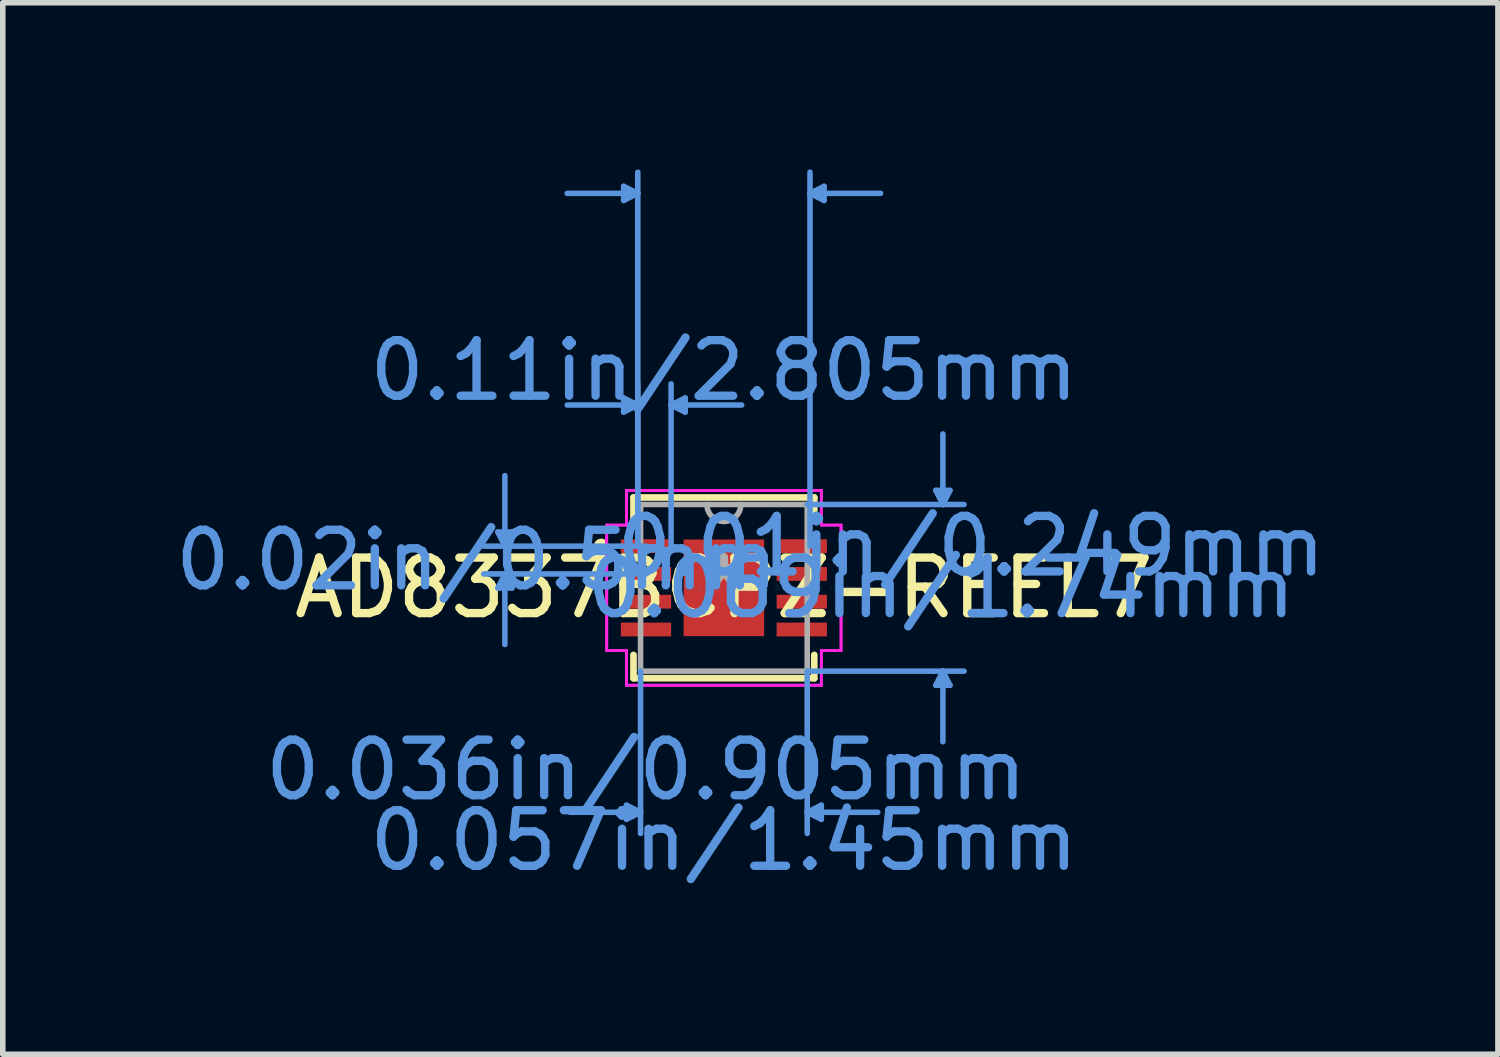
<source format=kicad_pcb>
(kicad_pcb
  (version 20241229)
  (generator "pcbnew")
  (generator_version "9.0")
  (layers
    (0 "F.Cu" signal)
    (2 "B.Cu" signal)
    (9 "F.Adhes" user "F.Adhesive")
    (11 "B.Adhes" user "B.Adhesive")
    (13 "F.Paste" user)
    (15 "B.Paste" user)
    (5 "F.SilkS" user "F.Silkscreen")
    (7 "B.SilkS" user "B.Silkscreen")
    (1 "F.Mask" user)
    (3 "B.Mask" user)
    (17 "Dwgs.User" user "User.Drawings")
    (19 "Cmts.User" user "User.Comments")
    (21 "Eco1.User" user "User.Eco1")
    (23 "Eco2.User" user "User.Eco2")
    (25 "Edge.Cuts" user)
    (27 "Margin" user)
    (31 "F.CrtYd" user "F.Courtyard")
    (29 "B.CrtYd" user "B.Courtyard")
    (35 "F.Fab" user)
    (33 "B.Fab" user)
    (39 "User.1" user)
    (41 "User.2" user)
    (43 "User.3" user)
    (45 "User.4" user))
  (footprint "AD8337BCPZ-REEL7"
    (layer "F.Cu")
    (at 9.98 7.531)
    (property "Reference" "AD8337BCPZ-REEL7" (at 0 0 0) (layer "F.SilkS") (effects (font (size 1 1) (thickness 0.15))))
    (attr through_hole)
    (fp_line (start -1.627 -1.627) (end -1.627 -1.207) (stroke (width 0.12) (type solid)) (layer "F.SilkS"))
    (fp_line (start -1.627 1.207) (end -1.627 1.627) (stroke (width 0.12) (type solid)) (layer "F.SilkS"))
    (fp_line (start -1.627 1.627) (end 1.627 1.627) (stroke (width 0.12) (type solid)) (layer "F.SilkS"))
    (fp_line (start 1.627 -1.627) (end -1.627 -1.627) (stroke (width 0.12) (type solid)) (layer "F.SilkS"))
    (fp_line (start 1.627 -1.207) (end 1.627 -1.627) (stroke (width 0.12) (type solid)) (layer "F.SilkS"))
    (fp_line (start 1.627 1.627) (end 1.627 1.207) (stroke (width 0.12) (type solid)) (layer "F.SilkS"))
    (fp_arc (start -2.18754 -0.676171) (mid -2.2826 -0.75) (end -2.18754 -0.823829) (stroke (width 0.12) (type solid)) (layer "F.SilkS"))
    (fp_line (start -4.069 -1.004) (end -3.815 -1.004) (stroke (width 0.1) (type solid)) (layer "Cmts.User"))
    (fp_line (start -4.069 0.004) (end -3.815 0.004) (stroke (width 0.1) (type solid)) (layer "Cmts.User"))
    (fp_line (start -3.942 -0.75) (end -4.069 -1.004) (stroke (width 0.1) (type solid)) (layer "Cmts.User"))
    (fp_line (start -3.942 -0.75) (end -3.942 -2.02) (stroke (width 0.1) (type solid)) (layer "Cmts.User"))
    (fp_line (start -3.942 -0.75) (end -3.815 -1.004) (stroke (width 0.1) (type solid)) (layer "Cmts.User"))
    (fp_line (start -3.942 -0.25) (end -4.069 0.004) (stroke (width 0.1) (type solid)) (layer "Cmts.User"))
    (fp_line (start -3.942 -0.25) (end -3.942 1.02) (stroke (width 0.1) (type solid)) (layer "Cmts.User"))
    (fp_line (start -3.942 -0.25) (end -3.815 0.004) (stroke (width 0.1) (type solid)) (layer "Cmts.User"))
    (fp_line (start -1.804 -7.227) (end -1.804 -6.973) (stroke (width 0.1) (type solid)) (layer "Cmts.User"))
    (fp_line (start -1.804 -3.417) (end -1.804 -3.163) (stroke (width 0.1) (type solid)) (layer "Cmts.User"))
    (fp_line (start -1.754 3.913) (end -1.754 4.167) (stroke (width 0.1) (type solid)) (layer "Cmts.User"))
    (fp_line (start -1.55 -7.1) (end -2.82 -7.1) (stroke (width 0.1) (type solid)) (layer "Cmts.User"))
    (fp_line (start -1.55 -7.1) (end -1.804 -7.227) (stroke (width 0.1) (type solid)) (layer "Cmts.User"))
    (fp_line (start -1.55 -7.1) (end -1.804 -6.973) (stroke (width 0.1) (type solid)) (layer "Cmts.User"))
    (fp_line (start -1.55 -3.29) (end -2.82 -3.29) (stroke (width 0.1) (type solid)) (layer "Cmts.User"))
    (fp_line (start -1.55 -3.29) (end -1.804 -3.417) (stroke (width 0.1) (type solid)) (layer "Cmts.User"))
    (fp_line (start -1.55 -3.29) (end -1.804 -3.163) (stroke (width 0.1) (type solid)) (layer "Cmts.User"))
    (fp_line (start -1.55 -0.75) (end -1.55 -7.481) (stroke (width 0.1) (type solid)) (layer "Cmts.User"))
    (fp_line (start -1.55 -0.75) (end -1.55 -3.671) (stroke (width 0.1) (type solid)) (layer "Cmts.User"))
    (fp_line (start -1.5 1.5) (end -1.5 4.421) (stroke (width 0.1) (type solid)) (layer "Cmts.User"))
    (fp_line (start -1.5 4.04) (end -2.77 4.04) (stroke (width 0.1) (type solid)) (layer "Cmts.User"))
    (fp_line (start -1.5 4.04) (end -1.754 3.913) (stroke (width 0.1) (type solid)) (layer "Cmts.User"))
    (fp_line (start -1.5 4.04) (end -1.754 4.167) (stroke (width 0.1) (type solid)) (layer "Cmts.User"))
    (fp_line (start -1.402 -0.75) (end -4.323 -0.75) (stroke (width 0.1) (type solid)) (layer "Cmts.User"))
    (fp_line (start -1.402 -0.25) (end -4.323 -0.25) (stroke (width 0.1) (type solid)) (layer "Cmts.User"))
    (fp_line (start -0.95 -3.29) (end -0.696 -3.417) (stroke (width 0.1) (type solid)) (layer "Cmts.User"))
    (fp_line (start -0.95 -3.29) (end -0.696 -3.163) (stroke (width 0.1) (type solid)) (layer "Cmts.User"))
    (fp_line (start -0.95 -3.29) (end 0.32 -3.29) (stroke (width 0.1) (type solid)) (layer "Cmts.User"))
    (fp_line (start -0.95 -0.75) (end -0.95 -3.671) (stroke (width 0.1) (type solid)) (layer "Cmts.User"))
    (fp_line (start -0.696 -3.417) (end -0.696 -3.163) (stroke (width 0.1) (type solid)) (layer "Cmts.User"))
    (fp_line (start 1.5 -1.5) (end 4.323 -1.5) (stroke (width 0.1) (type solid)) (layer "Cmts.User"))
    (fp_line (start 1.5 1.5) (end 1.5 4.421) (stroke (width 0.1) (type solid)) (layer "Cmts.User"))
    (fp_line (start 1.5 1.5) (end 4.323 1.5) (stroke (width 0.1) (type solid)) (layer "Cmts.User"))
    (fp_line (start 1.5 4.04) (end 1.754 3.913) (stroke (width 0.1) (type solid)) (layer "Cmts.User"))
    (fp_line (start 1.5 4.04) (end 1.754 4.167) (stroke (width 0.1) (type solid)) (layer "Cmts.User"))
    (fp_line (start 1.5 4.04) (end 2.77 4.04) (stroke (width 0.1) (type solid)) (layer "Cmts.User"))
    (fp_line (start 1.55 -7.1) (end 1.804 -7.227) (stroke (width 0.1) (type solid)) (layer "Cmts.User"))
    (fp_line (start 1.55 -7.1) (end 1.804 -6.973) (stroke (width 0.1) (type solid)) (layer "Cmts.User"))
    (fp_line (start 1.55 -7.1) (end 2.82 -7.1) (stroke (width 0.1) (type solid)) (layer "Cmts.User"))
    (fp_line (start 1.55 -0.75) (end 1.55 -7.481) (stroke (width 0.1) (type solid)) (layer "Cmts.User"))
    (fp_line (start 1.754 3.913) (end 1.754 4.167) (stroke (width 0.1) (type solid)) (layer "Cmts.User"))
    (fp_line (start 1.804 -7.227) (end 1.804 -6.973) (stroke (width 0.1) (type solid)) (layer "Cmts.User"))
    (fp_line (start 3.815 -1.754) (end 4.069 -1.754) (stroke (width 0.1) (type solid)) (layer "Cmts.User"))
    (fp_line (start 3.815 1.754) (end 4.069 1.754) (stroke (width 0.1) (type solid)) (layer "Cmts.User"))
    (fp_line (start 3.942 -1.5) (end 3.815 -1.754) (stroke (width 0.1) (type solid)) (layer "Cmts.User"))
    (fp_line (start 3.942 -1.5) (end 3.942 -2.77) (stroke (width 0.1) (type solid)) (layer "Cmts.User"))
    (fp_line (start 3.942 -1.5) (end 4.069 -1.754) (stroke (width 0.1) (type solid)) (layer "Cmts.User"))
    (fp_line (start 3.942 1.5) (end 3.815 1.754) (stroke (width 0.1) (type solid)) (layer "Cmts.User"))
    (fp_line (start 3.942 1.5) (end 3.942 2.77) (stroke (width 0.1) (type solid)) (layer "Cmts.User"))
    (fp_line (start 3.942 1.5) (end 4.069 1.754) (stroke (width 0.1) (type solid)) (layer "Cmts.User"))
    (fp_line (start -2.109 -1.129) (end -1.754 -1.129) (stroke (width 0.05) (type solid)) (layer "F.CrtYd"))
    (fp_line (start -2.109 -1.129) (end -1.754 -1.129) (stroke (width 0.05) (type solid)) (layer "F.CrtYd"))
    (fp_line (start -2.109 1.129) (end -2.109 -1.129) (stroke (width 0.05) (type solid)) (layer "F.CrtYd"))
    (fp_line (start -2.109 1.129) (end -2.109 -1.129) (stroke (width 0.05) (type solid)) (layer "F.CrtYd"))
    (fp_line (start -2.109 1.129) (end -1.754 1.129) (stroke (width 0.05) (type solid)) (layer "F.CrtYd"))
    (fp_line (start -1.754 -1.754) (end 1.754 -1.754) (stroke (width 0.05) (type solid)) (layer "F.CrtYd"))
    (fp_line (start -1.754 -1.754) (end 1.754 -1.754) (stroke (width 0.05) (type solid)) (layer "F.CrtYd"))
    (fp_line (start -1.754 -1.129) (end -1.754 -1.754) (stroke (width 0.05) (type solid)) (layer "F.CrtYd"))
    (fp_line (start -1.754 -1.129) (end -1.754 -1.754) (stroke (width 0.05) (type solid)) (layer "F.CrtYd"))
    (fp_line (start -1.754 1.129) (end -2.109 1.129) (stroke (width 0.05) (type solid)) (layer "F.CrtYd"))
    (fp_line (start -1.754 1.754) (end -1.754 1.129) (stroke (width 0.05) (type solid)) (layer "F.CrtYd"))
    (fp_line (start -1.754 1.754) (end -1.754 1.129) (stroke (width 0.05) (type solid)) (layer "F.CrtYd"))
    (fp_line (start 1.754 -1.754) (end 1.754 -1.129) (stroke (width 0.05) (type solid)) (layer "F.CrtYd"))
    (fp_line (start 1.754 -1.754) (end 1.754 -1.129) (stroke (width 0.05) (type solid)) (layer "F.CrtYd"))
    (fp_line (start 1.754 -1.129) (end 2.109 -1.129) (stroke (width 0.05) (type solid)) (layer "F.CrtYd"))
    (fp_line (start 1.754 1.129) (end 1.754 1.754) (stroke (width 0.05) (type solid)) (layer "F.CrtYd"))
    (fp_line (start 1.754 1.129) (end 1.754 1.754) (stroke (width 0.05) (type solid)) (layer "F.CrtYd"))
    (fp_line (start 1.754 1.754) (end -1.754 1.754) (stroke (width 0.05) (type solid)) (layer "F.CrtYd"))
    (fp_line (start 1.754 1.754) (end -1.754 1.754) (stroke (width 0.05) (type solid)) (layer "F.CrtYd"))
    (fp_line (start 2.109 -1.129) (end 1.754 -1.129) (stroke (width 0.05) (type solid)) (layer "F.CrtYd"))
    (fp_line (start 2.109 -1.129) (end 2.109 1.129) (stroke (width 0.05) (type solid)) (layer "F.CrtYd"))
    (fp_line (start 2.109 -1.129) (end 2.109 1.129) (stroke (width 0.05) (type solid)) (layer "F.CrtYd"))
    (fp_line (start 2.109 1.129) (end 1.754 1.129) (stroke (width 0.05) (type solid)) (layer "F.CrtYd"))
    (fp_line (start 2.109 1.129) (end 1.754 1.129) (stroke (width 0.05) (type solid)) (layer "F.CrtYd"))
    (fp_line (start -1.5 -1.5) (end -1.5 1.5) (stroke (width 0.1) (type solid)) (layer "F.Fab"))
    (fp_line (start -1.5 1.5) (end 1.5 1.5) (stroke (width 0.1) (type solid)) (layer "F.Fab"))
    (fp_line (start 1.5 -1.5) (end -1.5 -1.5) (stroke (width 0.1) (type solid)) (layer "F.Fab"))
    (fp_line (start 1.5 1.5) (end 1.5 -1.5) (stroke (width 0.1) (type solid)) (layer "F.Fab"))
    (fp_arc (start 0.3048 -1.5) (mid 0 -1.1952) (end -0.3048 -1.5) (stroke (width 0.1) (type solid)) (layer "F.Fab"))
    (fp_text user "*" (at 0 0 0) (layer "F.SilkS") (effects (font (size 1 1) (thickness 0.15))))
    (fp_text user "0.11in/2.805mm" (at 0 -3.913 0) (layer "Cmts.User") (effects (font (size 1 1) (thickness 0.15))))
    (fp_text user "0.069in/1.74mm" (at 3.913 0 0) (layer "Cmts.User") (effects (font (size 1 1) (thickness 0.15))))
    (fp_text user "Copyright 2021 Accelerated Designs. All rights reserved." (at 0 0 0) (layer "Cmts.User") (effects (font (size 0.127 0.127) (thickness 0.002))))
    (fp_text user "0.02in/0.5mm" (at -4.45 -0.5 0) (layer "Cmts.User") (effects (font (size 1 1) (thickness 0.15))))
    (fp_text user "0.01in/0.249mm" (at 4.45 -0.75 0) (layer "Cmts.User") (effects (font (size 1 1) (thickness 0.15))))
    (fp_text user "0.057in/1.45mm" (at 0 4.548 0) (layer "Cmts.User") (effects (font (size 1 1) (thickness 0.15))))
    (fp_text user "0.036in/0.905mm" (at -1.402 3.278 0) (layer "Cmts.User") (effects (font (size 1 1) (thickness 0.15))))
    (fp_text user "*" (at 0 0 0) (layer "F.Fab") (effects (font (size 1 1) (thickness 0.15))))
    (pad "1" smd rect (at -1.402 -0.75) (size 0.905 0.249) (layers "F.Cu" "F.Mask" "F.Paste"))
    (pad "2" smd rect (at -1.402 -0.25) (size 0.905 0.249) (layers "F.Cu" "F.Mask" "F.Paste"))
    (pad "3" smd rect (at -1.402 0.25) (size 0.905 0.249) (layers "F.Cu" "F.Mask" "F.Paste"))
    (pad "4" smd rect (at -1.402 0.75) (size 0.905 0.249) (layers "F.Cu" "F.Mask" "F.Paste"))
    (pad "5" smd rect (at 1.402 0.75) (size 0.905 0.249) (layers "F.Cu" "F.Mask" "F.Paste"))
    (pad "6" smd rect (at 1.402 0.25) (size 0.905 0.249) (layers "F.Cu" "F.Mask" "F.Paste"))
    (pad "7" smd rect (at 1.402 -0.25) (size 0.905 0.249) (layers "F.Cu" "F.Mask" "F.Paste"))
    (pad "8" smd rect (at 1.402 -0.75) (size 0.905 0.249) (layers "F.Cu" "F.Mask" "F.Paste"))
    (pad "9" smd rect (at 0 0) (size 1.45 1.74) (layers "F.Cu" "F.Mask" "F.Paste")))
  (gr_rect
    (start -3 -3)
    (end 23.913 15.927)
    (stroke (width 0.1) (type default))
    (fill no)
    (layer "Edge.Cuts")))
</source>
